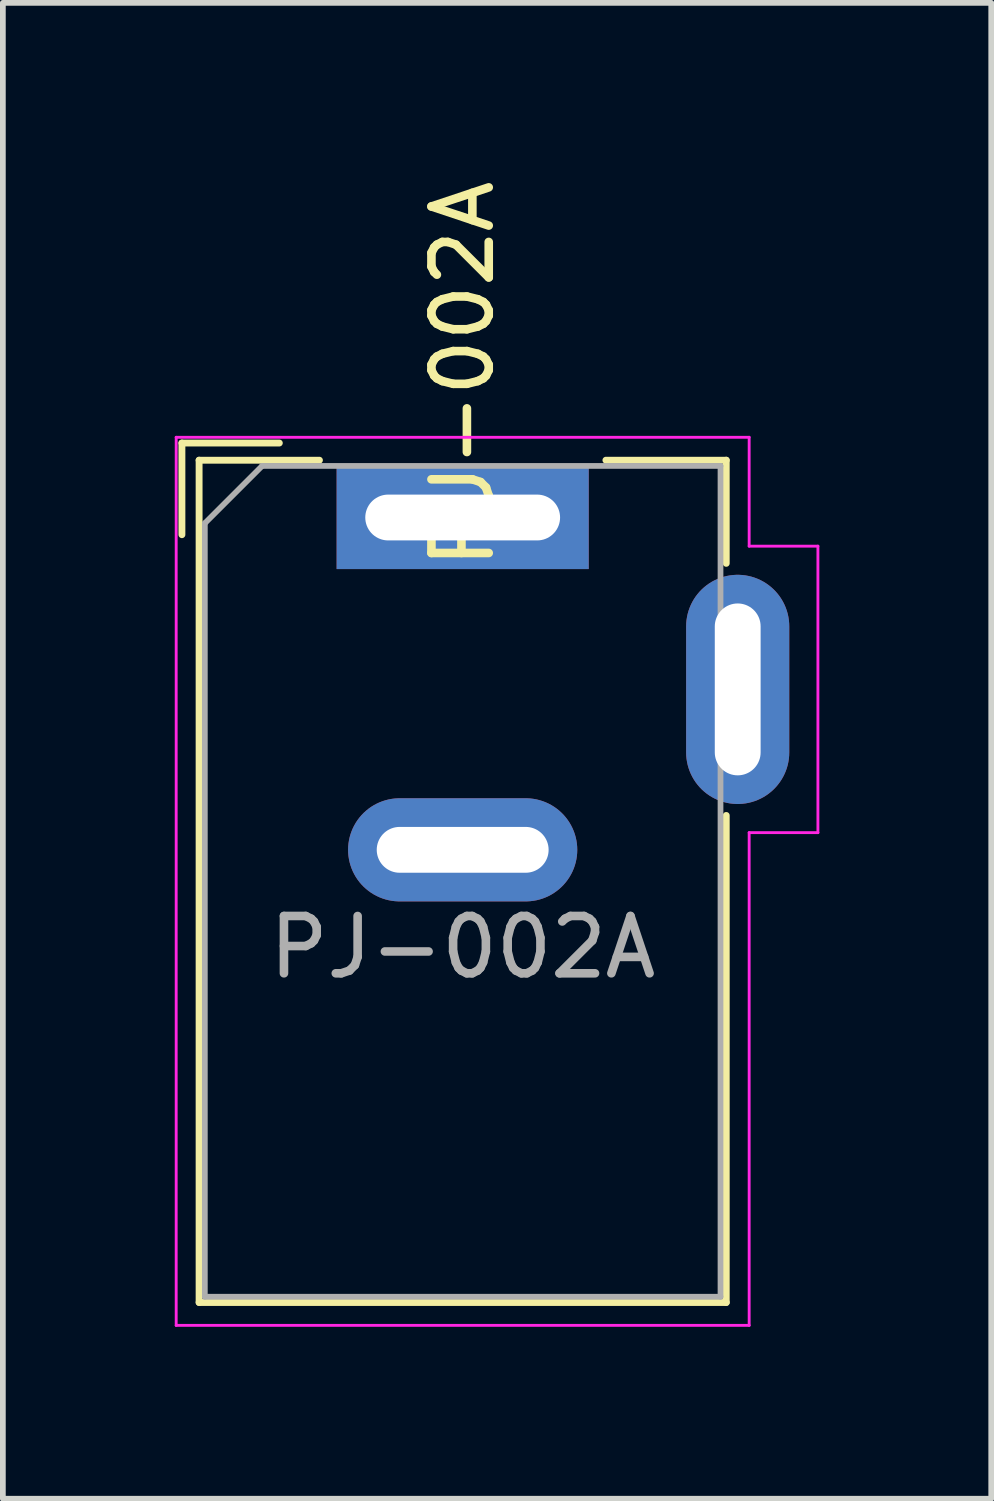
<source format=kicad_pcb>
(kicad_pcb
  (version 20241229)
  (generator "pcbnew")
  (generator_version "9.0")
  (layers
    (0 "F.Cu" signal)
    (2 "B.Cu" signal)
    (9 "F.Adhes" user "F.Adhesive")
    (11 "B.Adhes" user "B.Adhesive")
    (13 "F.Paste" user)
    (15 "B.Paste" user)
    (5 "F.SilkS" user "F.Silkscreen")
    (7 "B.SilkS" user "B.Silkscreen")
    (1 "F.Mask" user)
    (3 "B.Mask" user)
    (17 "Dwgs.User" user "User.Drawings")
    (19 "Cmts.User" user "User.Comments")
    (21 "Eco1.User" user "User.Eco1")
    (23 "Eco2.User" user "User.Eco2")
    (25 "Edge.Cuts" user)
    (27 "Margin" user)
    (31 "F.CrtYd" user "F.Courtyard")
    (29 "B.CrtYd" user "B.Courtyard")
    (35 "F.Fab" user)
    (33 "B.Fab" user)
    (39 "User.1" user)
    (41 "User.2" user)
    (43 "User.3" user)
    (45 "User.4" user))
  (footprint "PJ-002A"
    (layer "F.Cu")
    (at 5.025 12.482)
    (property "Reference" "PJ-002A" (at 0 -9 90) (layer "F.SilkS") (effects (font (size 1 1) (thickness 0.15))))
    (attr through_hole)
    (fp_line (start -4.9 -7.8) (end -4.9 -6.2) (stroke (width 0.12) (type solid)) (layer "F.SilkS"))
    (fp_line (start -4.6 -7.5) (end -2.5 -7.5) (stroke (width 0.12) (type solid)) (layer "F.SilkS"))
    (fp_line (start -4.6 7.2) (end -4.6 -7.5) (stroke (width 0.12) (type solid)) (layer "F.SilkS"))
    (fp_line (start -3.2 -7.8) (end -4.9 -7.8) (stroke (width 0.12) (type solid)) (layer "F.SilkS"))
    (fp_line (start 2.5 -7.5) (end 4.6 -7.5) (stroke (width 0.12) (type solid)) (layer "F.SilkS"))
    (fp_line (start 4.6 -7.5) (end 4.6 -5.7) (stroke (width 0.12) (type solid)) (layer "F.SilkS"))
    (fp_line (start 4.6 -1.3) (end 4.6 7.2) (stroke (width 0.12) (type solid)) (layer "F.SilkS"))
    (fp_line (start 4.6 7.2) (end -4.6 7.2) (stroke (width 0.12) (type solid)) (layer "F.SilkS"))
    (fp_line (start -5 -7.9) (end -5 7.6) (stroke (width 0.05) (type solid)) (layer "F.CrtYd"))
    (fp_line (start -5 7.6) (end 5 7.6) (stroke (width 0.05) (type solid)) (layer "F.CrtYd"))
    (fp_line (start 5 -7.9) (end -5 -7.9) (stroke (width 0.05) (type solid)) (layer "F.CrtYd"))
    (fp_line (start 5 -6) (end 5 -7.9) (stroke (width 0.05) (type solid)) (layer "F.CrtYd"))
    (fp_line (start 5 7.6) (end 5 -1) (stroke (width 0.05) (type solid)) (layer "F.CrtYd"))
    (fp_line (start 6.2 -6) (end 5 -6) (stroke (width 0.05) (type solid)) (layer "F.CrtYd"))
    (fp_line (start 6.2 -6) (end 6.2 -1) (stroke (width 0.05) (type solid)) (layer "F.CrtYd"))
    (fp_line (start 6.2 -1) (end 5 -1) (stroke (width 0.05) (type solid)) (layer "F.CrtYd"))
    (fp_line (start -4.5 -6.4) (end -3.5 -7.4) (stroke (width 0.1) (type solid)) (layer "F.Fab"))
    (fp_line (start -4.5 7.1) (end -4.5 -6.4) (stroke (width 0.1) (type solid)) (layer "F.Fab"))
    (fp_line (start 4.5 -7.4) (end -3.5 -7.4) (stroke (width 0.1) (type solid)) (layer "F.Fab"))
    (fp_line (start 4.5 -7.4) (end 4.5 7.1) (stroke (width 0.1) (type solid)) (layer "F.Fab"))
    (fp_line (start 4.5 7.1) (end -4.5 7.1) (stroke (width 0.1) (type solid)) (layer "F.Fab"))
    (fp_text user "${REFERENCE}" (at 0 1 0) (layer "F.Fab") (effects (font (size 1 1) (thickness 0.15))))
    (pad "1" thru_hole rect (at 0 -6.5) (size 4.4 1.8) (drill oval 3.4 0.8) (layers "*.Cu" "*.Mask"))
    (pad "2" thru_hole oval (at 0 -0.7) (size 4 1.8) (drill oval 3 0.8) (layers "*.Cu" "*.Mask"))
    (pad "3" thru_hole oval (at 4.8 -3.5 90) (size 4 1.8) (drill oval 3 0.8) (layers "*.Cu" "*.Mask")))
  (gr_rect
    (start -3 -3)
    (end 14.25 23.107)
    (stroke (width 0.1) (type default))
    (fill no)
    (layer "Edge.Cuts")))
</source>
